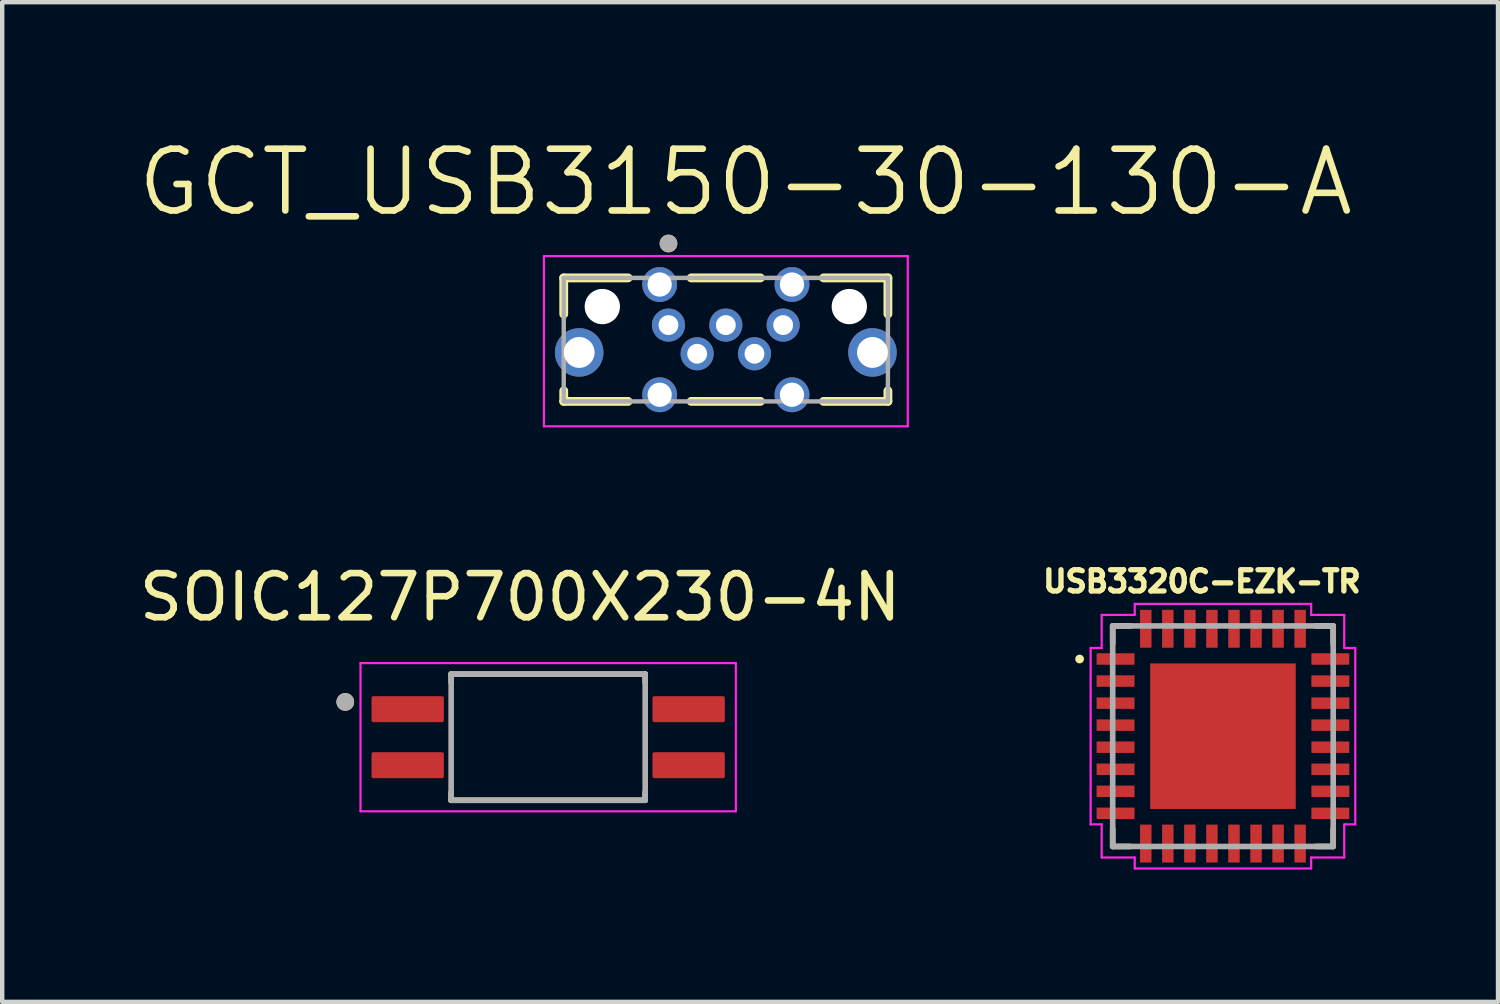
<source format=kicad_pcb>
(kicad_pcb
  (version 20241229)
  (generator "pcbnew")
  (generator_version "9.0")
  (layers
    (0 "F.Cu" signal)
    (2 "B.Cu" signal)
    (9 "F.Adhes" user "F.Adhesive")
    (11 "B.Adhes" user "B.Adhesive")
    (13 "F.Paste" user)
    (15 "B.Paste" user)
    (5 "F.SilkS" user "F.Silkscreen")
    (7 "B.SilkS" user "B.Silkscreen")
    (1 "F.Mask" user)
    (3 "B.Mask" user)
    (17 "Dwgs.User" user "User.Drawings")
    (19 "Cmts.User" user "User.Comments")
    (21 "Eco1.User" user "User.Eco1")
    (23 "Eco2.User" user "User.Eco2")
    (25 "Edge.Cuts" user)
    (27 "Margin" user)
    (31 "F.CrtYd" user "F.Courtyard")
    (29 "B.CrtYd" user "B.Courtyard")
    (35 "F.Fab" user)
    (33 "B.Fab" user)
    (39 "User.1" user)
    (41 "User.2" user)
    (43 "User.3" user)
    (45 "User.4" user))
  (footprint "GCT_USB3150-30-130-A"
    (layer "F.Cu")
    (at 13.407 4.971)
    (property "Reference" "GCT_USB3150-30-130-A" (at 0.445 -3.889 0) (layer "F.SilkS") (effects (font (size 1.4 1.4) (thickness 0.15))))
    (attr through_hole)
    (fp_line (start -3.675 -1.72) (end -3.675 -0.9) (stroke (width 0.2) (type solid)) (layer "F.SilkS"))
    (fp_line (start -3.675 -1.72) (end -2.215 -1.72) (stroke (width 0.2) (type solid)) (layer "F.SilkS"))
    (fp_line (start -3.675 0.84) (end -3.675 1.08) (stroke (width 0.2) (type solid)) (layer "F.SilkS"))
    (fp_line (start -3.675 1.08) (end -2.215 1.08) (stroke (width 0.2) (type solid)) (layer "F.SilkS"))
    (fp_line (start -0.785 -1.72) (end 0.785 -1.72) (stroke (width 0.2) (type solid)) (layer "F.SilkS"))
    (fp_line (start -0.785 1.08) (end 0.785 1.08) (stroke (width 0.2) (type solid)) (layer "F.SilkS"))
    (fp_line (start 2.215 -1.72) (end 3.675 -1.72) (stroke (width 0.2) (type solid)) (layer "F.SilkS"))
    (fp_line (start 2.215 1.08) (end 3.675 1.08) (stroke (width 0.2) (type solid)) (layer "F.SilkS"))
    (fp_line (start 3.675 -1.72) (end 3.675 -0.9) (stroke (width 0.2) (type solid)) (layer "F.SilkS"))
    (fp_line (start 3.675 0.84) (end 3.675 1.08) (stroke (width 0.2) (type solid)) (layer "F.SilkS"))
    (fp_circle (center -1.3 -2.5) (end -1.2 -2.5) (stroke (width 0.2) (type solid)) (fill no) (layer "F.SilkS"))
    (fp_line (start -4.125 -2.215) (end -4.125 1.645) (stroke (width 0.05) (type solid)) (layer "F.CrtYd"))
    (fp_line (start -4.125 -2.215) (end 4.125 -2.215) (stroke (width 0.05) (type solid)) (layer "F.CrtYd"))
    (fp_line (start 4.125 1.645) (end -4.125 1.645) (stroke (width 0.05) (type solid)) (layer "F.CrtYd"))
    (fp_line (start 4.125 1.645) (end 4.125 -2.215) (stroke (width 0.05) (type solid)) (layer "F.CrtYd"))
    (fp_line (start -3.675 -1.72) (end -3.675 1.08) (stroke (width 0.1) (type solid)) (layer "F.Fab"))
    (fp_line (start -3.675 -1.72) (end 3.675 -1.72) (stroke (width 0.1) (type solid)) (layer "F.Fab"))
    (fp_line (start 3.675 1.08) (end -3.675 1.08) (stroke (width 0.1) (type solid)) (layer "F.Fab"))
    (fp_line (start 3.675 1.08) (end 3.675 -1.72) (stroke (width 0.1) (type solid)) (layer "F.Fab"))
    (fp_circle (center -1.3 -2.5) (end -1.2 -2.5) (stroke (width 0.2) (type solid)) (fill no) (layer "F.Fab"))
    (pad "" np_thru_hole circle (at -2.8 -1.07) (size 0.8 0.8) (drill 0.8) (layers "*.Cu" "*.Mask"))
    (pad "" np_thru_hole circle (at 2.8 -1.07) (size 0.8 0.8) (drill 0.8) (layers "*.Cu" "*.Mask"))
    (pad "1" thru_hole circle (at -1.3 -0.65) (size 0.75 0.75) (drill 0.45) (layers "*.Cu" "*.Mask"))
    (pad "2" thru_hole circle (at -0.65 0) (size 0.75 0.75) (drill 0.45) (layers "*.Cu" "*.Mask"))
    (pad "3" thru_hole circle (at 0 -0.65) (size 0.75 0.75) (drill 0.45) (layers "*.Cu" "*.Mask"))
    (pad "4" thru_hole circle (at 0.65 0) (size 0.75 0.75) (drill 0.45) (layers "*.Cu" "*.Mask"))
    (pad "5" thru_hole circle (at 1.3 -0.65) (size 0.75 0.75) (drill 0.45) (layers "*.Cu" "*.Mask"))
    (pad "S1" thru_hole circle (at -1.5 -1.57) (size 0.79 0.79) (drill 0.55) (layers "*.Cu" "*.Mask"))
    (pad "S2" thru_hole circle (at 1.5 -1.57) (size 0.79 0.79) (drill 0.55) (layers "*.Cu" "*.Mask"))
    (pad "S3" thru_hole circle (at -1.5 0.93) (size 0.79 0.79) (drill 0.55) (layers "*.Cu" "*.Mask"))
    (pad "S4" thru_hole circle (at 1.5 0.93) (size 0.79 0.79) (drill 0.55) (layers "*.Cu" "*.Mask"))
    (pad "S5" thru_hole circle (at -3.325 -0.03) (size 1.1 1.1) (drill 0.7) (layers "*.Cu" "*.Mask"))
    (pad "S6" thru_hole circle (at 3.325 -0.03) (size 1.1 1.1) (drill 0.7) (layers "*.Cu" "*.Mask")))
  (footprint "USB3320C-EZK-TR"
    (layer "F.Cu")
    (at 24.679 13.642)
    (property "Reference" "USB3320C-EZK-TR" (at -0.477 -3.509 0) (layer "F.SilkS") (effects (font (size 0.481 0.481) (thickness 0.15))))
    (attr smd)
    (fp_line (start -2.5 -2.5) (end -2.1 -2.5) (stroke (width 0.127) (type solid)) (layer "F.SilkS"))
    (fp_line (start -2.5 -2.1) (end -2.5 -2.5) (stroke (width 0.127) (type solid)) (layer "F.SilkS"))
    (fp_line (start -2.5 2.5) (end -2.5 2.1) (stroke (width 0.127) (type solid)) (layer "F.SilkS"))
    (fp_line (start -2.1 2.5) (end -2.5 2.5) (stroke (width 0.127) (type solid)) (layer "F.SilkS"))
    (fp_line (start 2.1 -2.5) (end 2.5 -2.5) (stroke (width 0.127) (type solid)) (layer "F.SilkS"))
    (fp_line (start 2.5 -2.5) (end 2.5 -2.1) (stroke (width 0.127) (type solid)) (layer "F.SilkS"))
    (fp_line (start 2.5 2.1) (end 2.5 2.5) (stroke (width 0.127) (type solid)) (layer "F.SilkS"))
    (fp_line (start 2.5 2.5) (end 2.1 2.5) (stroke (width 0.127) (type solid)) (layer "F.SilkS"))
    (fp_circle (center -3.25 -1.75) (end -3.2 -1.75) (stroke (width 0.1) (type solid)) (fill no) (layer "F.SilkS"))
    (fp_poly (pts (xy -1.332 0.16) (xy -0.16 0.16) (xy -0.16 1.332) (xy -1.332 1.332)) (stroke (width 0.01) (type solid)) (fill yes) (layer "F.Paste"))
    (fp_poly (pts (xy -1.331 -1.33) (xy -0.16 -1.33) (xy -0.16 -0.16) (xy -1.331 -0.16)) (stroke (width 0.01) (type solid)) (fill yes) (layer "F.Paste"))
    (fp_poly (pts (xy 0.16 -1.33) (xy 1.33 -1.33) (xy 1.33 -0.16) (xy 0.16 -0.16)) (stroke (width 0.01) (type solid)) (fill yes) (layer "F.Paste"))
    (fp_poly (pts (xy 0.16 0.16) (xy 1.33 0.16) (xy 1.33 1.332) (xy 0.16 1.332)) (stroke (width 0.01) (type solid)) (fill yes) (layer "F.Paste"))
    (fp_line (start -3 -2) (end -2.75 -2) (stroke (width 0.05) (type solid)) (layer "F.CrtYd"))
    (fp_line (start -3 2) (end -3 -2) (stroke (width 0.05) (type solid)) (layer "F.CrtYd"))
    (fp_line (start -2.75 -2.75) (end -2 -2.75) (stroke (width 0.05) (type solid)) (layer "F.CrtYd"))
    (fp_line (start -2.75 -2) (end -2.75 -2.75) (stroke (width 0.05) (type solid)) (layer "F.CrtYd"))
    (fp_line (start -2.75 2) (end -3 2) (stroke (width 0.05) (type solid)) (layer "F.CrtYd"))
    (fp_line (start -2.75 2.75) (end -2.75 2) (stroke (width 0.05) (type solid)) (layer "F.CrtYd"))
    (fp_line (start -2 -3) (end 2 -3) (stroke (width 0.05) (type solid)) (layer "F.CrtYd"))
    (fp_line (start -2 -2.75) (end -2 -3) (stroke (width 0.05) (type solid)) (layer "F.CrtYd"))
    (fp_line (start -2 2.75) (end -2.75 2.75) (stroke (width 0.05) (type solid)) (layer "F.CrtYd"))
    (fp_line (start -2 3) (end -2 2.75) (stroke (width 0.05) (type solid)) (layer "F.CrtYd"))
    (fp_line (start 2 -3) (end 2 -2.75) (stroke (width 0.05) (type solid)) (layer "F.CrtYd"))
    (fp_line (start 2 -2.75) (end 2.75 -2.75) (stroke (width 0.05) (type solid)) (layer "F.CrtYd"))
    (fp_line (start 2 2.75) (end 2 3) (stroke (width 0.05) (type solid)) (layer "F.CrtYd"))
    (fp_line (start 2 3) (end -2 3) (stroke (width 0.05) (type solid)) (layer "F.CrtYd"))
    (fp_line (start 2.75 -2.75) (end 2.75 -2) (stroke (width 0.05) (type solid)) (layer "F.CrtYd"))
    (fp_line (start 2.75 -2) (end 3 -2) (stroke (width 0.05) (type solid)) (layer "F.CrtYd"))
    (fp_line (start 2.75 2) (end 2.75 2.75) (stroke (width 0.05) (type solid)) (layer "F.CrtYd"))
    (fp_line (start 2.75 2.75) (end 2 2.75) (stroke (width 0.05) (type solid)) (layer "F.CrtYd"))
    (fp_line (start 3 -2) (end 3 2) (stroke (width 0.05) (type solid)) (layer "F.CrtYd"))
    (fp_line (start 3 2) (end 2.75 2) (stroke (width 0.05) (type solid)) (layer "F.CrtYd"))
    (fp_line (start -2.5 -2.5) (end 2.5 -2.5) (stroke (width 0.127) (type solid)) (layer "F.Fab"))
    (fp_line (start -2.5 2.5) (end -2.5 -2.5) (stroke (width 0.127) (type solid)) (layer "F.Fab"))
    (fp_line (start 2.5 -2.5) (end 2.5 2.5) (stroke (width 0.127) (type solid)) (layer "F.Fab"))
    (fp_line (start 2.5 2.5) (end -2.5 2.5) (stroke (width 0.127) (type solid)) (layer "F.Fab"))
    (pad "1" smd roundrect (at -2.435 -1.75) (size 0.86 0.26) (layers "F.Cu" "F.Mask" "F.Paste") (roundrect_rratio 0.01))
    (pad "2" smd roundrect (at -2.435 -1.25) (size 0.86 0.26) (layers "F.Cu" "F.Mask" "F.Paste") (roundrect_rratio 0.01))
    (pad "3" smd roundrect (at -2.435 -0.75) (size 0.86 0.26) (layers "F.Cu" "F.Mask" "F.Paste") (roundrect_rratio 0.01))
    (pad "4" smd roundrect (at -2.435 -0.25) (size 0.86 0.26) (layers "F.Cu" "F.Mask" "F.Paste") (roundrect_rratio 0.01))
    (pad "5" smd roundrect (at -2.435 0.25) (size 0.86 0.26) (layers "F.Cu" "F.Mask" "F.Paste") (roundrect_rratio 0.01))
    (pad "6" smd roundrect (at -2.435 0.75) (size 0.86 0.26) (layers "F.Cu" "F.Mask" "F.Paste") (roundrect_rratio 0.01))
    (pad "7" smd roundrect (at -2.435 1.25) (size 0.86 0.26) (layers "F.Cu" "F.Mask" "F.Paste") (roundrect_rratio 0.01))
    (pad "8" smd roundrect (at -2.435 1.75) (size 0.86 0.26) (layers "F.Cu" "F.Mask" "F.Paste") (roundrect_rratio 0.01))
    (pad "9" smd roundrect (at -1.75 2.435 90) (size 0.86 0.26) (layers "F.Cu" "F.Mask" "F.Paste") (roundrect_rratio 0.01))
    (pad "10" smd roundrect (at -1.25 2.435 90) (size 0.86 0.26) (layers "F.Cu" "F.Mask" "F.Paste") (roundrect_rratio 0.01))
    (pad "11" smd roundrect (at -0.75 2.435 90) (size 0.86 0.26) (layers "F.Cu" "F.Mask" "F.Paste") (roundrect_rratio 0.01))
    (pad "12" smd roundrect (at -0.25 2.435 90) (size 0.86 0.26) (layers "F.Cu" "F.Mask" "F.Paste") (roundrect_rratio 0.01))
    (pad "13" smd roundrect (at 0.25 2.435 90) (size 0.86 0.26) (layers "F.Cu" "F.Mask" "F.Paste") (roundrect_rratio 0.01))
    (pad "14" smd roundrect (at 0.75 2.435 90) (size 0.86 0.26) (layers "F.Cu" "F.Mask" "F.Paste") (roundrect_rratio 0.01))
    (pad "15" smd roundrect (at 1.25 2.435 90) (size 0.86 0.26) (layers "F.Cu" "F.Mask" "F.Paste") (roundrect_rratio 0.01))
    (pad "16" smd roundrect (at 1.75 2.435 90) (size 0.86 0.26) (layers "F.Cu" "F.Mask" "F.Paste") (roundrect_rratio 0.01))
    (pad "17" smd roundrect (at 2.435 1.75 180) (size 0.86 0.26) (layers "F.Cu" "F.Mask" "F.Paste") (roundrect_rratio 0.01))
    (pad "18" smd roundrect (at 2.435 1.25 180) (size 0.86 0.26) (layers "F.Cu" "F.Mask" "F.Paste") (roundrect_rratio 0.01))
    (pad "19" smd roundrect (at 2.435 0.75 180) (size 0.86 0.26) (layers "F.Cu" "F.Mask" "F.Paste") (roundrect_rratio 0.01))
    (pad "20" smd roundrect (at 2.435 0.25 180) (size 0.86 0.26) (layers "F.Cu" "F.Mask" "F.Paste") (roundrect_rratio 0.01))
    (pad "21" smd roundrect (at 2.435 -0.25 180) (size 0.86 0.26) (layers "F.Cu" "F.Mask" "F.Paste") (roundrect_rratio 0.01))
    (pad "22" smd roundrect (at 2.435 -0.75 180) (size 0.86 0.26) (layers "F.Cu" "F.Mask" "F.Paste") (roundrect_rratio 0.01))
    (pad "23" smd roundrect (at 2.435 -1.25 180) (size 0.86 0.26) (layers "F.Cu" "F.Mask" "F.Paste") (roundrect_rratio 0.01))
    (pad "24" smd roundrect (at 2.435 -1.75 180) (size 0.86 0.26) (layers "F.Cu" "F.Mask" "F.Paste") (roundrect_rratio 0.01))
    (pad "25" smd roundrect (at 1.75 -2.435 270) (size 0.86 0.26) (layers "F.Cu" "F.Mask" "F.Paste") (roundrect_rratio 0.01))
    (pad "26" smd roundrect (at 1.25 -2.435 270) (size 0.86 0.26) (layers "F.Cu" "F.Mask" "F.Paste") (roundrect_rratio 0.01))
    (pad "27" smd roundrect (at 0.75 -2.435 270) (size 0.86 0.26) (layers "F.Cu" "F.Mask" "F.Paste") (roundrect_rratio 0.01))
    (pad "28" smd roundrect (at 0.25 -2.435 270) (size 0.86 0.26) (layers "F.Cu" "F.Mask" "F.Paste") (roundrect_rratio 0.01))
    (pad "29" smd roundrect (at -0.25 -2.435 270) (size 0.86 0.26) (layers "F.Cu" "F.Mask" "F.Paste") (roundrect_rratio 0.01))
    (pad "30" smd roundrect (at -0.75 -2.435 270) (size 0.86 0.26) (layers "F.Cu" "F.Mask" "F.Paste") (roundrect_rratio 0.01))
    (pad "31" smd roundrect (at -1.25 -2.435 270) (size 0.86 0.26) (layers "F.Cu" "F.Mask" "F.Paste") (roundrect_rratio 0.01))
    (pad "32" smd roundrect (at -1.75 -2.435 270) (size 0.86 0.26) (layers "F.Cu" "F.Mask" "F.Paste") (roundrect_rratio 0.01))
    (pad "33" smd rect (at 0 0) (size 3.3 3.3) (layers "F.Cu" "F.Mask")))
  (footprint "SOIC127P700X230-4N"
    (layer "F.Cu")
    (at 9.379 13.665)
    (property "Reference" "SOIC127P700X230-4N" (at -0.635 -3.175 0) (layer "F.SilkS") (effects (font (size 1 1) (thickness 0.15))))
    (attr smd)
    (fp_line (start -2.2 -1.43) (end 2.2 -1.43) (stroke (width 0.127) (type solid)) (layer "F.SilkS"))
    (fp_line (start -2.2 -1.245) (end -2.2 -1.43) (stroke (width 0.127) (type solid)) (layer "F.SilkS"))
    (fp_line (start -2.2 1.245) (end -2.2 1.43) (stroke (width 0.127) (type solid)) (layer "F.SilkS"))
    (fp_line (start -2.2 1.43) (end 2.2 1.43) (stroke (width 0.127) (type solid)) (layer "F.SilkS"))
    (fp_line (start 2.2 -1.43) (end 2.2 -1.245) (stroke (width 0.127) (type solid)) (layer "F.SilkS"))
    (fp_line (start 2.2 1.43) (end 2.2 1.245) (stroke (width 0.127) (type solid)) (layer "F.SilkS"))
    (fp_circle (center -4.6 -0.8) (end -4.5 -0.8) (stroke (width 0.2) (type solid)) (fill no) (layer "F.SilkS"))
    (fp_line (start -4.255 -1.68) (end 4.255 -1.68) (stroke (width 0.05) (type solid)) (layer "F.CrtYd"))
    (fp_line (start -4.255 1.68) (end -4.255 -1.68) (stroke (width 0.05) (type solid)) (layer "F.CrtYd"))
    (fp_line (start 4.255 -1.68) (end 4.255 1.68) (stroke (width 0.05) (type solid)) (layer "F.CrtYd"))
    (fp_line (start 4.255 1.68) (end -4.255 1.68) (stroke (width 0.05) (type solid)) (layer "F.CrtYd"))
    (fp_line (start -2.2 -1.43) (end 2.2 -1.43) (stroke (width 0.127) (type solid)) (layer "F.Fab"))
    (fp_line (start -2.2 1.43) (end -2.2 -1.43) (stroke (width 0.127) (type solid)) (layer "F.Fab"))
    (fp_line (start 2.2 -1.43) (end 2.2 1.43) (stroke (width 0.127) (type solid)) (layer "F.Fab"))
    (fp_line (start 2.2 1.43) (end -2.2 1.43) (stroke (width 0.127) (type solid)) (layer "F.Fab"))
    (fp_circle (center -4.6 -0.8) (end -4.5 -0.8) (stroke (width 0.2) (type solid)) (fill no) (layer "F.Fab"))
    (pad "1" smd roundrect (at -3.185 -0.635) (size 1.64 0.59) (layers "F.Cu" "F.Mask" "F.Paste") (roundrect_rratio 0.07))
    (pad "2" smd roundrect (at -3.185 0.635) (size 1.64 0.59) (layers "F.Cu" "F.Mask" "F.Paste") (roundrect_rratio 0.07))
    (pad "3" smd roundrect (at 3.185 0.635) (size 1.64 0.59) (layers "F.Cu" "F.Mask" "F.Paste") (roundrect_rratio 0.07))
    (pad "4" smd roundrect (at 3.185 -0.635) (size 1.64 0.59) (layers "F.Cu" "F.Mask" "F.Paste") (roundrect_rratio 0.07)))
  (gr_rect
    (start -3 -3)
    (end 30.916 19.667)
    (stroke (width 0.1) (type default))
    (fill no)
    (layer "Edge.Cuts")))
</source>
